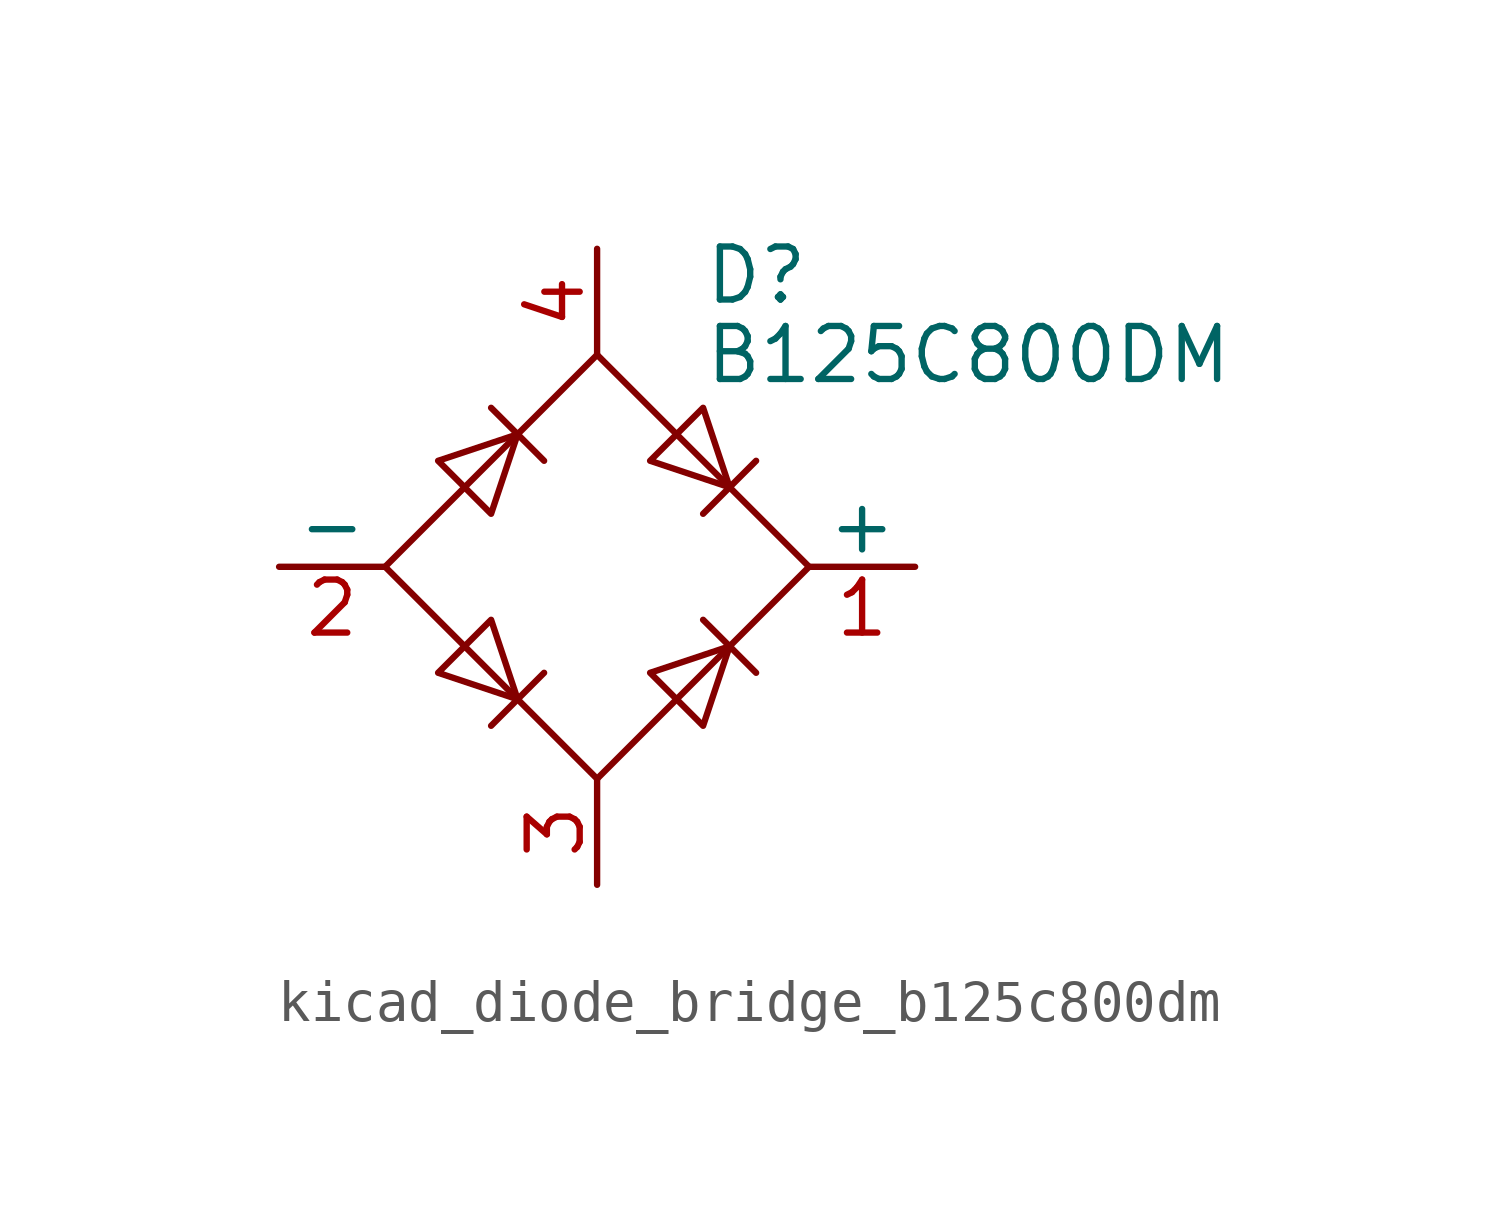
<source format=kicad_sym>
(kicad_symbol_lib
  (version 20220914)
  (generator kicad_symbol_editor)
  (symbol "kicad_diode_bridge_b125c800dm"
    (pin_names
      (offset 0))
    (property "Reference" "D"
      (at 2.54 6.985 0)
      (effects (font (size 1.27 1.27)) (justify left)))
    (property "Value" "B125C800DM"
      (at 2.54 5.08 0)
      (effects (font (size 1.27 1.27)) (justify left)))
    (symbol "kicad_diode_bridge_b125c800dm_0_1"
      (polyline (pts (xy -2.54 3.81) (xy -1.27 2.54)) (stroke (width 0) (type default)) (fill (type none)))
      (polyline (pts (xy -1.27 -2.54) (xy -2.54 -3.81)) (stroke (width 0) (type default)) (fill (type none)))
      (polyline (pts (xy 2.54 -1.27) (xy 3.81 -2.54)) (stroke (width 0) (type default)) (fill (type none)))
      (polyline (pts (xy 2.54 1.27) (xy 3.81 2.54)) (stroke (width 0) (type default)) (fill (type none)))
      (polyline (pts (xy -3.81 2.54) (xy -2.54 1.27) (xy -1.905 3.175) (xy -3.81 2.54)) (stroke (width 0) (type default)) (fill (type none)))
      (polyline (pts (xy -2.54 -1.27) (xy -3.81 -2.54) (xy -1.905 -3.175) (xy -2.54 -1.27)) (stroke (width 0) (type default)) (fill (type none)))
      (polyline (pts (xy 1.27 2.54) (xy 2.54 3.81) (xy 3.175 1.905) (xy 1.27 2.54)) (stroke (width 0) (type default)) (fill (type none)))
      (polyline (pts (xy 3.175 -1.905) (xy 1.27 -2.54) (xy 2.54 -3.81) (xy 3.175 -1.905)) (stroke (width 0) (type default)) (fill (type none)))
      (polyline (pts (xy -5.08 0) (xy 0 -5.08) (xy 5.08 0) (xy 0 5.08) (xy -5.08 0)) (stroke (width 0) (type default)) (fill (type none))))
    (symbol "kicad_diode_bridge_b125c800dm_1_1"
      (pin passive line (at 7.62 0 180) (length 2.54) (name "+" (effects (font (size 1.27 1.27)))) (number "1" (effects (font (size 1.27 1.27)))))
      (pin passive line (at -7.62 0 0) (length 2.54) (name "-" (effects (font (size 1.27 1.27)))) (number "2" (effects (font (size 1.27 1.27)))))
      (pin passive line (at 0 -7.62 90) (length 2.54) (name "~" (effects (font (size 1.27 1.27)))) (number "3" (effects (font (size 1.27 1.27)))))
      (pin passive line (at 0 7.62 270) (length 2.54) (name "~" (effects (font (size 1.27 1.27)))) (number "4" (effects (font (size 1.27 1.27))))))))
</source>
